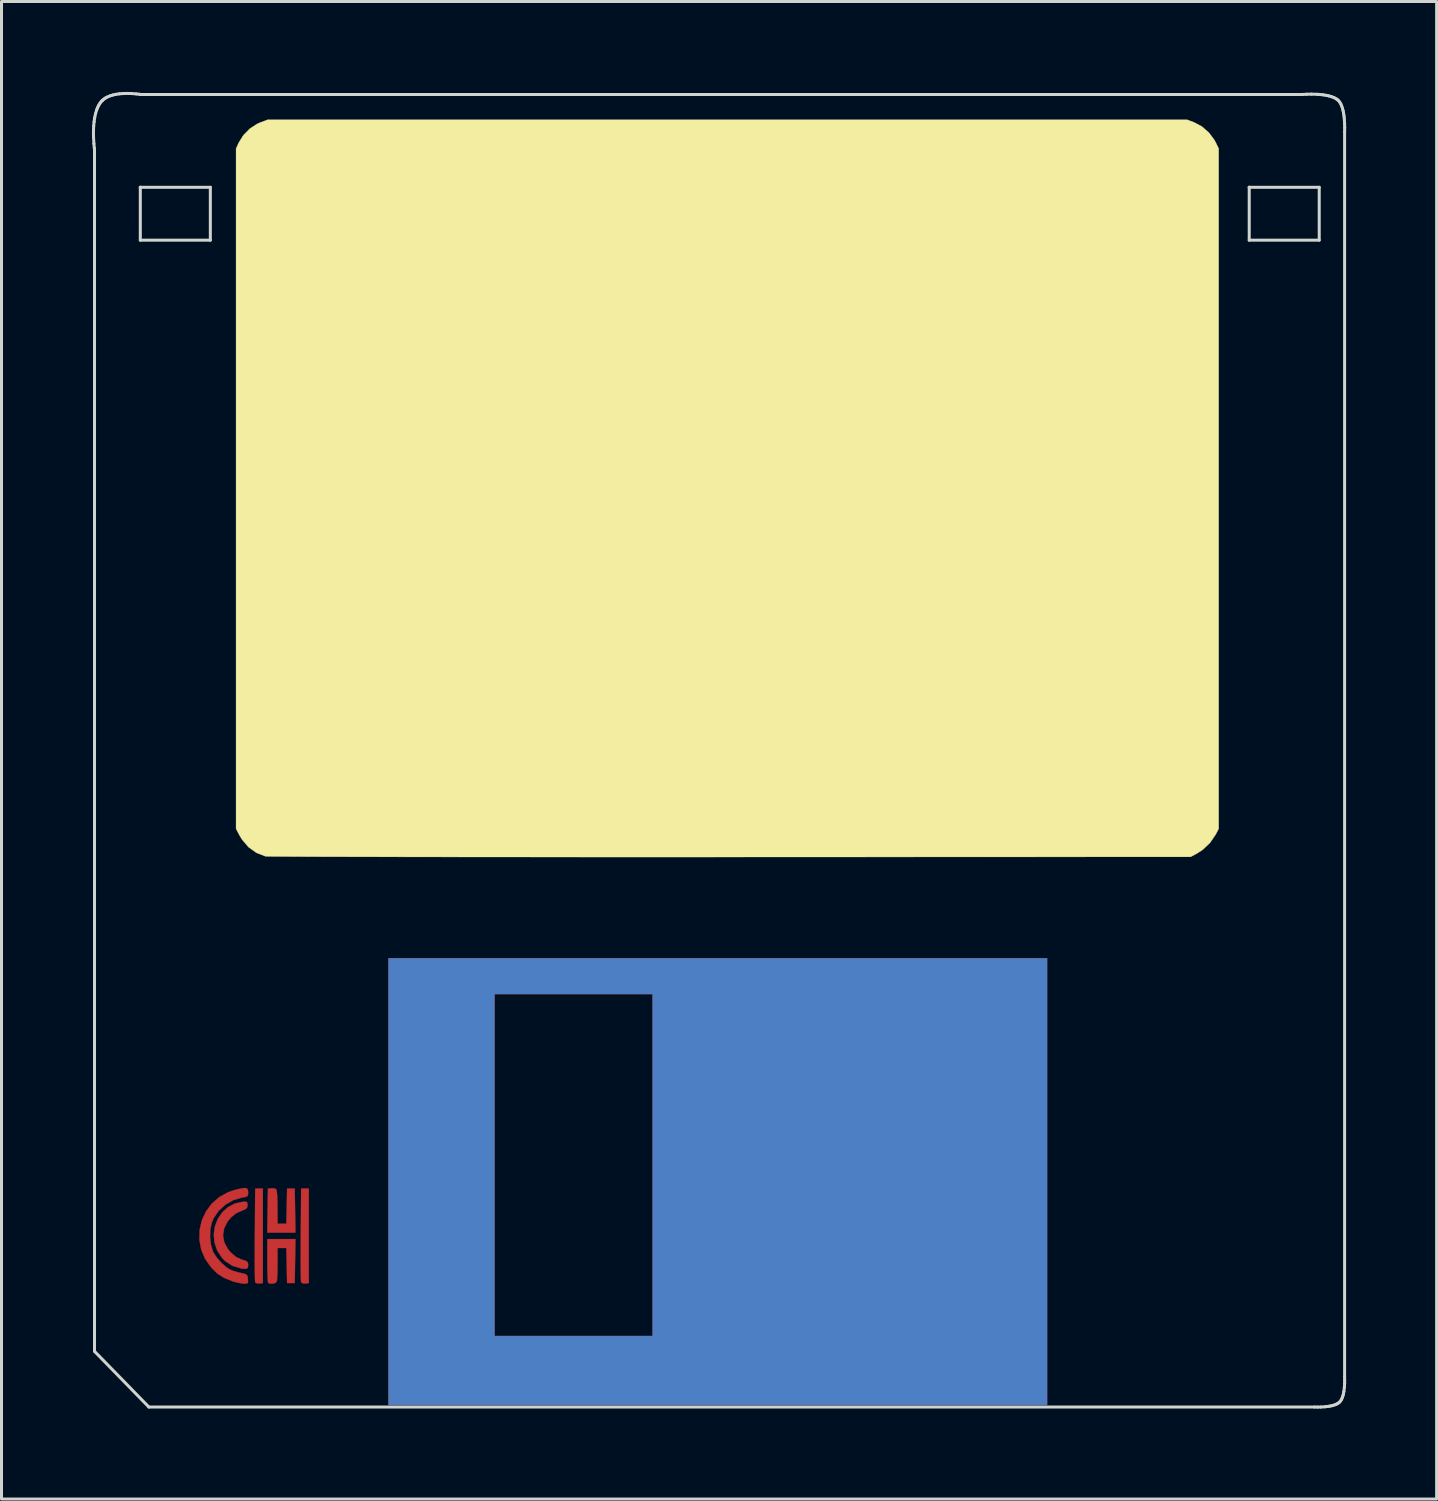
<source format=kicad_pcb>
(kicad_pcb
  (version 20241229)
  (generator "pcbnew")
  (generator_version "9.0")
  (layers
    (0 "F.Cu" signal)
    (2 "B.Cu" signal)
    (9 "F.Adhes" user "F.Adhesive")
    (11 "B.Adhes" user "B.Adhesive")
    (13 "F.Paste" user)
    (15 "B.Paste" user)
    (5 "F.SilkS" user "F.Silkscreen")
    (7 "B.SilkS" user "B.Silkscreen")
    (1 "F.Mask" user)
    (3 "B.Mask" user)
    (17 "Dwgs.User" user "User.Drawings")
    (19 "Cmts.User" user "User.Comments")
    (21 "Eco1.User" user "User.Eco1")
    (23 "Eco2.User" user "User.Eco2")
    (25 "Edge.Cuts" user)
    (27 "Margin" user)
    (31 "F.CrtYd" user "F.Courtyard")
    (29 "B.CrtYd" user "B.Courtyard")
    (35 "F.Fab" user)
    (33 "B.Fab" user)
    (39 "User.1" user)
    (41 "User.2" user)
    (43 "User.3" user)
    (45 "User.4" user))
  (footprint "3.5-disk"
    (layer "F.Cu")
    (at 20.803 21.838)
    (property "Reference" "3.5-disk" (at 0 0 0) (layer "F.SilkS") (effects (font (size 1.27 1.27) (thickness 0.15))))
    (attr through_hole)
    (fp_poly (pts (xy 10.88 21.717) (xy -10.964 21.717) (xy -10.964 8.086) (xy -7.451 8.086) (xy -7.451 19.431) (xy -2.201 19.431) (xy -2.201 8.086) (xy -7.451 8.086) (xy -10.964 8.086) (xy -10.964 6.9) (xy 10.88 6.9) (xy 10.88 21.717)) (stroke (width 0.01) (type solid)) (fill yes) (layer "F.Cu"))
    (fp_poly (pts (xy -15.134 17.674) (xy -15.251 17.688) (xy -15.347 17.679) (xy -15.389 17.645) (xy -15.394 17.591) (xy -15.397 17.462) (xy -15.4 17.269) (xy -15.402 17.02) (xy -15.402 16.727) (xy -15.401 16.398) (xy -15.399 16.065) (xy -15.388 14.541) (xy -15.134 14.541) (xy -15.134 17.674)) (stroke (width 0.01) (type solid)) (fill yes) (layer "F.Cu"))
    (fp_poly (pts (xy -13.61 17.674) (xy -13.727 17.688) (xy -13.823 17.679) (xy -13.865 17.645) (xy -13.87 17.591) (xy -13.873 17.462) (xy -13.876 17.269) (xy -13.878 17.02) (xy -13.878 16.727) (xy -13.877 16.398) (xy -13.875 16.065) (xy -13.864 14.541) (xy -13.61 14.541) (xy -13.61 17.674)) (stroke (width 0.01) (type solid)) (fill yes) (layer "F.Cu"))
    (fp_poly (pts (xy -14.74 14.535) (xy -14.684 14.57) (xy -14.671 14.632) (xy -14.659 14.76) (xy -14.651 14.937) (xy -14.648 15.144) (xy -14.648 15.166) (xy -14.647 15.706) (xy -14.353 15.706) (xy -14.342 15.124) (xy -14.33 14.541) (xy -14.076 14.541) (xy -14.053 16.002) (xy -14.988 16.002) (xy -14.965 14.541) (xy -14.842 14.528) (xy -14.74 14.535)) (stroke (width 0.01) (type solid)) (fill yes) (layer "F.Cu"))
    (fp_poly (pts (xy -14.076 17.674) (xy -14.33 17.674) (xy -14.342 17.092) (xy -14.353 16.51) (xy -14.647 16.51) (xy -14.647 17.036) (xy -14.649 17.243) (xy -14.655 17.424) (xy -14.663 17.558) (xy -14.673 17.627) (xy -14.673 17.628) (xy -14.729 17.674) (xy -14.825 17.696) (xy -14.92 17.688) (xy -14.958 17.667) (xy -14.967 17.617) (xy -14.975 17.498) (xy -14.981 17.322) (xy -14.985 17.106) (xy -14.986 16.926) (xy -14.986 16.214) (xy -14.053 16.214) (xy -14.076 17.674)) (stroke (width 0.01) (type solid)) (fill yes) (layer "F.Cu"))
    (fp_poly (pts (xy -15.65 15.005) (xy -15.642 15.084) (xy -15.642 15.085) (xy -15.656 15.17) (xy -15.712 15.224) (xy -15.801 15.26) (xy -16.019 15.358) (xy -16.188 15.493) (xy -16.296 15.624) (xy -16.417 15.855) (xy -16.456 16.092) (xy -16.412 16.328) (xy -16.287 16.555) (xy -16.2 16.657) (xy -16.025 16.807) (xy -15.841 16.892) (xy -15.821 16.897) (xy -15.7 16.936) (xy -15.64 16.977) (xy -15.622 17.039) (xy -15.621 17.067) (xy -15.629 17.155) (xy -15.665 17.196) (xy -15.751 17.201) (xy -15.854 17.188) (xy -16.138 17.103) (xy -16.381 16.946) (xy -16.488 16.838) (xy -16.648 16.594) (xy -16.738 16.331) (xy -16.762 16.061) (xy -16.725 15.797) (xy -16.63 15.549) (xy -16.484 15.331) (xy -16.29 15.155) (xy -16.052 15.032) (xy -15.79 14.977) (xy -15.691 14.975) (xy -15.65 15.005)) (stroke (width 0.01) (type solid)) (fill yes) (layer "F.Cu"))
    (fp_poly (pts (xy -15.666 14.533) (xy -15.63 14.579) (xy -15.621 14.662) (xy -15.621 14.664) (xy -15.626 14.751) (xy -15.657 14.798) (xy -15.735 14.823) (xy -15.821 14.837) (xy -16.108 14.92) (xy -16.372 15.07) (xy -16.597 15.275) (xy -16.766 15.52) (xy -16.83 15.672) (xy -16.877 15.897) (xy -16.885 16.152) (xy -16.856 16.404) (xy -16.793 16.618) (xy -16.775 16.658) (xy -16.661 16.832) (xy -16.505 17.007) (xy -16.337 17.154) (xy -16.235 17.221) (xy -16.119 17.269) (xy -15.964 17.316) (xy -15.875 17.336) (xy -15.742 17.366) (xy -15.672 17.398) (xy -15.641 17.45) (xy -15.629 17.54) (xy -15.629 17.54) (xy -15.625 17.642) (xy -15.652 17.685) (xy -15.729 17.693) (xy -15.756 17.693) (xy -15.876 17.679) (xy -16.032 17.644) (xy -16.136 17.614) (xy -16.413 17.504) (xy -16.638 17.361) (xy -16.84 17.166) (xy -16.843 17.162) (xy -17.049 16.871) (xy -17.18 16.558) (xy -17.239 16.234) (xy -17.231 15.91) (xy -17.158 15.596) (xy -17.023 15.303) (xy -16.83 15.042) (xy -16.582 14.824) (xy -16.282 14.658) (xy -16.067 14.586) (xy -15.871 14.539) (xy -15.741 14.52) (xy -15.666 14.533)) (stroke (width 0.01) (type solid)) (fill yes) (layer "F.Cu"))
    (fp_poly (pts (xy 10.88 21.717) (xy -10.964 21.717) (xy -10.964 8.086) (xy -7.451 8.086) (xy -7.451 19.431) (xy -2.201 19.431) (xy -2.201 8.086) (xy -7.451 8.086) (xy -10.964 8.086) (xy -10.964 6.9) (xy 10.88 6.9) (xy 10.88 21.717)) (stroke (width 0.01) (type solid)) (fill yes) (layer "F.Mask"))
    (fp_poly (pts (xy 10.88 21.717) (xy -10.964 21.717) (xy -10.964 8.086) (xy -7.451 8.086) (xy -7.451 19.431) (xy -2.201 19.431) (xy -2.201 8.086) (xy -7.451 8.086) (xy -10.964 8.086) (xy -10.964 6.9) (xy 10.88 6.9) (xy 10.88 21.717)) (stroke (width 0.01) (type solid)) (fill yes) (layer "B.Cu"))
    (fp_poly (pts (xy 10.88 21.717) (xy -10.964 21.717) (xy -10.964 8.086) (xy -7.451 8.086) (xy -7.451 19.431) (xy -2.201 19.431) (xy -2.201 8.086) (xy -7.451 8.086) (xy -10.964 8.086) (xy -10.964 6.9) (xy 10.88 6.9) (xy 10.88 21.717)) (stroke (width 0.01) (type solid)) (fill yes) (layer "B.Mask"))
    (fp_poly (pts (xy 15.533 -20.913) (xy 15.766 -20.825) (xy 16.018 -20.69) (xy 16.246 -20.491) (xy 16.428 -20.249) (xy 16.47 -20.171) (xy 16.573 -19.96) (xy 16.573 2.603) (xy 16.474 2.794) (xy 16.285 3.07) (xy 16.04 3.302) (xy 15.854 3.422) (xy 15.642 3.535) (xy 0.36 3.541) (xy -0.774 3.542) (xy -1.886 3.542) (xy -2.975 3.542) (xy -4.036 3.542) (xy -5.067 3.541) (xy -6.065 3.541) (xy -7.026 3.54) (xy -7.948 3.54) (xy -8.828 3.539) (xy -9.663 3.538) (xy -10.449 3.537) (xy -11.185 3.535) (xy -11.865 3.534) (xy -12.489 3.532) (xy -13.052 3.531) (xy -13.551 3.529) (xy -13.984 3.527) (xy -14.348 3.525) (xy -14.64 3.523) (xy -14.855 3.521) (xy -14.993 3.519) (xy -15.049 3.517) (xy -15.05 3.516) (xy -15.347 3.401) (xy -15.609 3.213) (xy -15.825 2.96) (xy -15.909 2.821) (xy -16.023 2.603) (xy -16.023 -19.96) (xy -15.931 -20.159) (xy -15.778 -20.404) (xy -15.567 -20.619) (xy -15.322 -20.779) (xy -15.224 -20.822) (xy -14.983 -20.913) (xy 0.275 -20.913) (xy 15.533 -20.913)) (stroke (width 0.01) (type solid)) (fill yes) (layer "F.SilkS"))
    (fp_line (start -20.753 -20.451) (end -20.751 -20.58) (stroke (width 0.1) (type solid)) (layer "Edge.Cuts"))
    (fp_line (start -20.751 -20.58) (end -20.745 -20.714) (stroke (width 0.1) (type solid)) (layer "Edge.Cuts"))
    (fp_line (start -20.75 -20.33) (end -20.753 -20.451) (stroke (width 0.1) (type solid)) (layer "Edge.Cuts"))
    (fp_line (start -20.745 -20.714) (end -20.732 -20.85) (stroke (width 0.1) (type solid)) (layer "Edge.Cuts"))
    (fp_line (start -20.738 -20.123) (end -20.75 -20.33) (stroke (width 0.1) (type solid)) (layer "Edge.Cuts"))
    (fp_line (start -20.732 -20.85) (end -20.712 -20.986) (stroke (width 0.1) (type solid)) (layer "Edge.Cuts"))
    (fp_line (start -20.725 -19.982) (end -20.738 -20.123) (stroke (width 0.1) (type solid)) (layer "Edge.Cuts"))
    (fp_line (start -20.718 -19.93) (end -20.725 -19.982) (stroke (width 0.1) (type solid)) (layer "Edge.Cuts"))
    (fp_line (start -20.718 19.938) (end -20.718 -19.93) (stroke (width 0.1) (type solid)) (layer "Edge.Cuts"))
    (fp_line (start -20.712 -20.986) (end -20.684 -21.118) (stroke (width 0.1) (type solid)) (layer "Edge.Cuts"))
    (fp_line (start -20.684 -21.118) (end -20.646 -21.244) (stroke (width 0.1) (type solid)) (layer "Edge.Cuts"))
    (fp_line (start -20.646 -21.244) (end -20.623 -21.303) (stroke (width 0.1) (type solid)) (layer "Edge.Cuts"))
    (fp_line (start -20.623 -21.303) (end -20.597 -21.36) (stroke (width 0.1) (type solid)) (layer "Edge.Cuts"))
    (fp_line (start -20.597 -21.36) (end -20.568 -21.414) (stroke (width 0.1) (type solid)) (layer "Edge.Cuts"))
    (fp_line (start -20.568 -21.414) (end -20.536 -21.464) (stroke (width 0.1) (type solid)) (layer "Edge.Cuts"))
    (fp_line (start -20.536 -21.464) (end -20.501 -21.511) (stroke (width 0.1) (type solid)) (layer "Edge.Cuts"))
    (fp_line (start -20.501 -21.511) (end -20.462 -21.553) (stroke (width 0.1) (type solid)) (layer "Edge.Cuts"))
    (fp_line (start -20.462 -21.553) (end -20.427 -21.585) (stroke (width 0.1) (type solid)) (layer "Edge.Cuts"))
    (fp_line (start -20.462 -21.553) (end -20.462 -21.553) (stroke (width 0.1) (type solid)) (layer "Edge.Cuts"))
    (fp_line (start -20.462 -21.553) (end -20.462 -21.553) (stroke (width 0.1) (type solid)) (layer "Edge.Cuts"))
    (fp_line (start -20.427 -21.585) (end -20.388 -21.614) (stroke (width 0.1) (type solid)) (layer "Edge.Cuts"))
    (fp_line (start -20.388 -21.614) (end -20.347 -21.641) (stroke (width 0.1) (type solid)) (layer "Edge.Cuts"))
    (fp_line (start -20.347 -21.641) (end -20.304 -21.665) (stroke (width 0.1) (type solid)) (layer "Edge.Cuts"))
    (fp_line (start -20.304 -21.665) (end -20.21 -21.705) (stroke (width 0.1) (type solid)) (layer "Edge.Cuts"))
    (fp_line (start -20.21 -21.705) (end -20.11 -21.736) (stroke (width 0.1) (type solid)) (layer "Edge.Cuts"))
    (fp_line (start -20.11 -21.736) (end -20.006 -21.759) (stroke (width 0.1) (type solid)) (layer "Edge.Cuts"))
    (fp_line (start -20.006 -21.759) (end -19.899 -21.775) (stroke (width 0.1) (type solid)) (layer "Edge.Cuts"))
    (fp_line (start -19.899 -21.775) (end -19.793 -21.784) (stroke (width 0.1) (type solid)) (layer "Edge.Cuts"))
    (fp_line (start -19.793 -21.784) (end -19.688 -21.788) (stroke (width 0.1) (type solid)) (layer "Edge.Cuts"))
    (fp_line (start -19.688 -21.788) (end -19.588 -21.788) (stroke (width 0.1) (type solid)) (layer "Edge.Cuts"))
    (fp_line (start -19.588 -21.788) (end -19.494 -21.785) (stroke (width 0.1) (type solid)) (layer "Edge.Cuts"))
    (fp_line (start -19.494 -21.785) (end -19.334 -21.773) (stroke (width 0.1) (type solid)) (layer "Edge.Cuts"))
    (fp_line (start -19.334 -21.773) (end -19.225 -21.76) (stroke (width 0.1) (type solid)) (layer "Edge.Cuts"))
    (fp_line (start -19.225 -21.76) (end -19.185 -21.754) (stroke (width 0.1) (type solid)) (layer "Edge.Cuts"))
    (fp_line (start -19.199 -18.675) (end -19.199 -18.675) (stroke (width 0.1) (type solid)) (layer "Edge.Cuts"))
    (fp_line (start -19.199 -18.675) (end -16.876 -18.675) (stroke (width 0.1) (type solid)) (layer "Edge.Cuts"))
    (fp_line (start -19.199 -16.921) (end -19.199 -18.675) (stroke (width 0.1) (type solid)) (layer "Edge.Cuts"))
    (fp_line (start -19.185 -21.754) (end 19.35 -21.754) (stroke (width 0.1) (type solid)) (layer "Edge.Cuts"))
    (fp_line (start -18.915 21.786) (end -20.718 19.938) (stroke (width 0.1) (type solid)) (layer "Edge.Cuts"))
    (fp_line (start -16.876 -18.675) (end -16.876 -16.921) (stroke (width 0.1) (type solid)) (layer "Edge.Cuts"))
    (fp_line (start -16.876 -16.921) (end -19.199 -16.921) (stroke (width 0.1) (type solid)) (layer "Edge.Cuts"))
    (fp_line (start 17.586 -18.675) (end 17.586 -18.675) (stroke (width 0.1) (type solid)) (layer "Edge.Cuts"))
    (fp_line (start 17.586 -18.675) (end 19.908 -18.675) (stroke (width 0.1) (type solid)) (layer "Edge.Cuts"))
    (fp_line (start 17.586 -16.921) (end 17.586 -18.675) (stroke (width 0.1) (type solid)) (layer "Edge.Cuts"))
    (fp_line (start 19.35 -21.754) (end 19.495 -21.762) (stroke (width 0.1) (type solid)) (layer "Edge.Cuts"))
    (fp_line (start 19.495 -21.762) (end 19.65 -21.765) (stroke (width 0.1) (type solid)) (layer "Edge.Cuts"))
    (fp_line (start 19.65 -21.765) (end 19.837 -21.76) (stroke (width 0.1) (type solid)) (layer "Edge.Cuts"))
    (fp_line (start 19.754 21.786) (end -18.915 21.786) (stroke (width 0.1) (type solid)) (layer "Edge.Cuts"))
    (fp_line (start 19.837 -21.76) (end 19.936 -21.753) (stroke (width 0.1) (type solid)) (layer "Edge.Cuts"))
    (fp_line (start 19.856 21.788) (end 19.754 21.786) (stroke (width 0.1) (type solid)) (layer "Edge.Cuts"))
    (fp_line (start 19.908 -18.675) (end 19.908 -16.921) (stroke (width 0.1) (type solid)) (layer "Edge.Cuts"))
    (fp_line (start 19.908 -16.921) (end 17.586 -16.921) (stroke (width 0.1) (type solid)) (layer "Edge.Cuts"))
    (fp_line (start 19.936 -21.753) (end 20.037 -21.742) (stroke (width 0.1) (type solid)) (layer "Edge.Cuts"))
    (fp_line (start 19.965 21.786) (end 19.856 21.788) (stroke (width 0.1) (type solid)) (layer "Edge.Cuts"))
    (fp_line (start 20.037 -21.742) (end 20.137 -21.726) (stroke (width 0.1) (type solid)) (layer "Edge.Cuts"))
    (fp_line (start 20.095 21.778) (end 19.965 21.786) (stroke (width 0.1) (type solid)) (layer "Edge.Cuts"))
    (fp_line (start 20.137 -21.726) (end 20.233 -21.705) (stroke (width 0.1) (type solid)) (layer "Edge.Cuts"))
    (fp_line (start 20.233 -21.705) (end 20.324 -21.678) (stroke (width 0.1) (type solid)) (layer "Edge.Cuts"))
    (fp_line (start 20.235 21.76) (end 20.095 21.778) (stroke (width 0.1) (type solid)) (layer "Edge.Cuts"))
    (fp_line (start 20.305 21.747) (end 20.235 21.76) (stroke (width 0.1) (type solid)) (layer "Edge.Cuts"))
    (fp_line (start 20.324 -21.678) (end 20.407 -21.645) (stroke (width 0.1) (type solid)) (layer "Edge.Cuts"))
    (fp_line (start 20.372 21.73) (end 20.305 21.747) (stroke (width 0.1) (type solid)) (layer "Edge.Cuts"))
    (fp_line (start 20.407 -21.645) (end 20.48 -21.605) (stroke (width 0.1) (type solid)) (layer "Edge.Cuts"))
    (fp_line (start 20.436 21.709) (end 20.372 21.73) (stroke (width 0.1) (type solid)) (layer "Edge.Cuts"))
    (fp_line (start 20.48 -21.605) (end 20.512 -21.582) (stroke (width 0.1) (type solid)) (layer "Edge.Cuts"))
    (fp_line (start 20.493 21.684) (end 20.436 21.709) (stroke (width 0.1) (type solid)) (layer "Edge.Cuts"))
    (fp_line (start 20.512 -21.582) (end 20.541 -21.556) (stroke (width 0.1) (type solid)) (layer "Edge.Cuts"))
    (fp_line (start 20.541 -21.556) (end 20.585 -21.505) (stroke (width 0.1) (type solid)) (layer "Edge.Cuts"))
    (fp_line (start 20.544 21.654) (end 20.493 21.684) (stroke (width 0.1) (type solid)) (layer "Edge.Cuts"))
    (fp_line (start 20.585 -21.505) (end 20.623 -21.442) (stroke (width 0.1) (type solid)) (layer "Edge.Cuts"))
    (fp_line (start 20.587 21.619) (end 20.544 21.654) (stroke (width 0.1) (type solid)) (layer "Edge.Cuts"))
    (fp_line (start 20.621 21.577) (end 20.587 21.619) (stroke (width 0.1) (type solid)) (layer "Edge.Cuts"))
    (fp_line (start 20.623 -21.442) (end 20.654 -21.371) (stroke (width 0.1) (type solid)) (layer "Edge.Cuts"))
    (fp_line (start 20.651 21.527) (end 20.621 21.577) (stroke (width 0.1) (type solid)) (layer "Edge.Cuts"))
    (fp_line (start 20.654 -21.371) (end 20.68 -21.292) (stroke (width 0.1) (type solid)) (layer "Edge.Cuts"))
    (fp_line (start 20.675 21.469) (end 20.651 21.527) (stroke (width 0.1) (type solid)) (layer "Edge.Cuts"))
    (fp_line (start 20.68 -21.292) (end 20.702 -21.209) (stroke (width 0.1) (type solid)) (layer "Edge.Cuts"))
    (fp_line (start 20.696 21.406) (end 20.675 21.469) (stroke (width 0.1) (type solid)) (layer "Edge.Cuts"))
    (fp_line (start 20.702 -21.209) (end 20.718 -21.123) (stroke (width 0.1) (type solid)) (layer "Edge.Cuts"))
    (fp_line (start 20.713 21.339) (end 20.696 21.406) (stroke (width 0.1) (type solid)) (layer "Edge.Cuts"))
    (fp_line (start 20.718 -21.123) (end 20.731 -21.035) (stroke (width 0.1) (type solid)) (layer "Edge.Cuts"))
    (fp_line (start 20.726 21.269) (end 20.713 21.339) (stroke (width 0.1) (type solid)) (layer "Edge.Cuts"))
    (fp_line (start 20.731 -21.035) (end 20.74 -20.949) (stroke (width 0.1) (type solid)) (layer "Edge.Cuts"))
    (fp_line (start 20.74 -20.949) (end 20.75 -20.787) (stroke (width 0.1) (type solid)) (layer "Edge.Cuts"))
    (fp_line (start 20.743 21.13) (end 20.726 21.269) (stroke (width 0.1) (type solid)) (layer "Edge.Cuts"))
    (fp_line (start 20.75 -20.524) (end 20.75 20.79) (stroke (width 0.1) (type solid)) (layer "Edge.Cuts"))
    (fp_line (start 20.75 20.79) (end 20.752 20.892) (stroke (width 0.1) (type solid)) (layer "Edge.Cuts"))
    (fp_line (start 20.75 -20.787) (end 20.753 -20.651) (stroke (width 0.1) (type solid)) (layer "Edge.Cuts"))
    (fp_line (start 20.751 21) (end 20.743 21.13) (stroke (width 0.1) (type solid)) (layer "Edge.Cuts"))
    (fp_line (start 20.752 20.892) (end 20.751 21) (stroke (width 0.1) (type solid)) (layer "Edge.Cuts"))
    (fp_line (start 20.753 -20.651) (end 20.75 -20.524) (stroke (width 0.1) (type solid)) (layer "Edge.Cuts")))
  (gr_rect
    (start -3 -3)
    (end 44.606 46.676)
    (stroke (width 0.1) (type default))
    (fill no)
    (layer "Edge.Cuts")))
</source>
